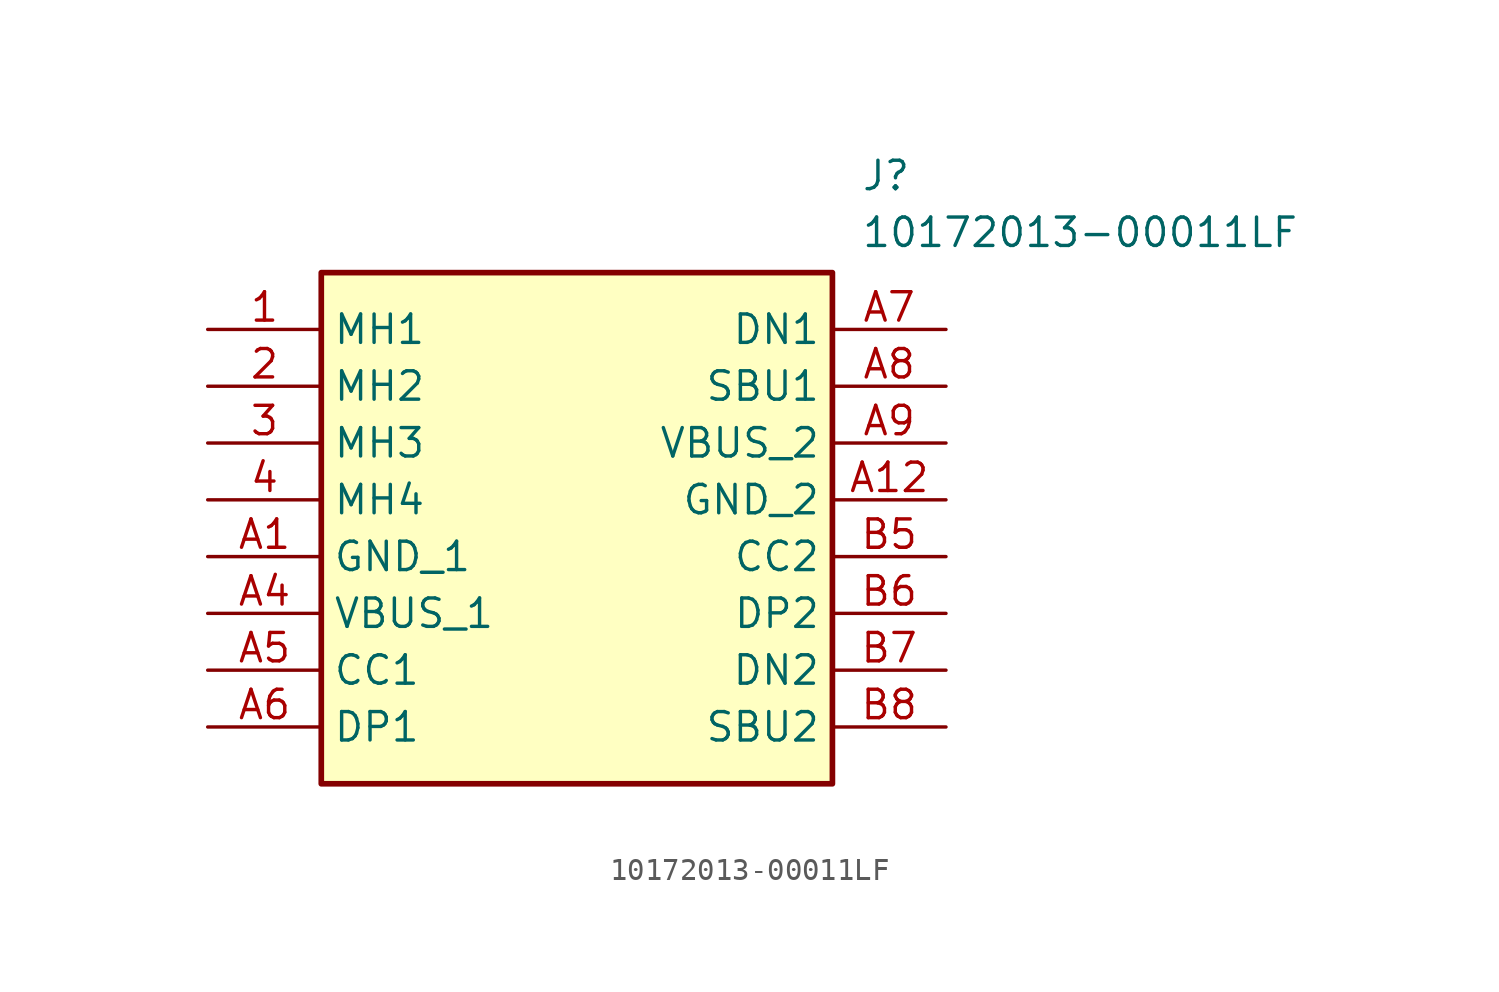
<source format=kicad_sym>
(kicad_symbol_lib
  (version 20211014)
  (generator SamacSys_ECAD_Model)
  (symbol "10172013-00011LF"
    (property "Reference" "J"
      (at 29.21 7.62 0)
      (effects (font (size 1.27 1.27)) (justify left top)))
    (property "Value" "10172013-00011LF"
      (at 29.21 5.08 0)
      (effects (font (size 1.27 1.27)) (justify left top)))
    (rectangle
      (start 5.08 2.54)
      (end 27.94 -20.32)
      (stroke (width 0.254) (type default))
      (fill (type background)))
    (pin passive line
      (at 0 0 0)
      (length 5.08)
      (name "MH1" (effects (font (size 1.27 1.27))))
      (number "1" (effects (font (size 1.27 1.27)))))
    (pin passive line
      (at 0 -2.54 0)
      (length 5.08)
      (name "MH2" (effects (font (size 1.27 1.27))))
      (number "2" (effects (font (size 1.27 1.27)))))
    (pin passive line
      (at 0 -5.08 0)
      (length 5.08)
      (name "MH3" (effects (font (size 1.27 1.27))))
      (number "3" (effects (font (size 1.27 1.27)))))
    (pin passive line
      (at 0 -7.62 0)
      (length 5.08)
      (name "MH4" (effects (font (size 1.27 1.27))))
      (number "4" (effects (font (size 1.27 1.27)))))
    (pin passive line
      (at 0 -10.16 0)
      (length 5.08)
      (name "GND_1" (effects (font (size 1.27 1.27))))
      (number "A1" (effects (font (size 1.27 1.27)))))
    (pin passive line
      (at 0 -12.7 0)
      (length 5.08)
      (name "VBUS_1" (effects (font (size 1.27 1.27))))
      (number "A4" (effects (font (size 1.27 1.27)))))
    (pin passive line
      (at 0 -15.24 0)
      (length 5.08)
      (name "CC1" (effects (font (size 1.27 1.27))))
      (number "A5" (effects (font (size 1.27 1.27)))))
    (pin passive line
      (at 0 -17.78 0)
      (length 5.08)
      (name "DP1" (effects (font (size 1.27 1.27))))
      (number "A6" (effects (font (size 1.27 1.27)))))
    (pin passive line
      (at 33.02 0 180)
      (length 5.08)
      (name "DN1" (effects (font (size 1.27 1.27))))
      (number "A7" (effects (font (size 1.27 1.27)))))
    (pin passive line
      (at 33.02 -2.54 180)
      (length 5.08)
      (name "SBU1" (effects (font (size 1.27 1.27))))
      (number "A8" (effects (font (size 1.27 1.27)))))
    (pin passive line
      (at 33.02 -5.08 180)
      (length 5.08)
      (name "VBUS_2" (effects (font (size 1.27 1.27))))
      (number "A9" (effects (font (size 1.27 1.27)))))
    (pin passive line
      (at 33.02 -7.62 180)
      (length 5.08)
      (name "GND_2" (effects (font (size 1.27 1.27))))
      (number "A12" (effects (font (size 1.27 1.27)))))
    (pin passive line
      (at 33.02 -10.16 180)
      (length 5.08)
      (name "CC2" (effects (font (size 1.27 1.27))))
      (number "B5" (effects (font (size 1.27 1.27)))))
    (pin passive line
      (at 33.02 -12.7 180)
      (length 5.08)
      (name "DP2" (effects (font (size 1.27 1.27))))
      (number "B6" (effects (font (size 1.27 1.27)))))
    (pin passive line
      (at 33.02 -15.24 180)
      (length 5.08)
      (name "DN2" (effects (font (size 1.27 1.27))))
      (number "B7" (effects (font (size 1.27 1.27)))))
    (pin passive line
      (at 33.02 -17.78 180)
      (length 5.08)
      (name "SBU2" (effects (font (size 1.27 1.27))))
      (number "B8" (effects (font (size 1.27 1.27)))))))
</source>
